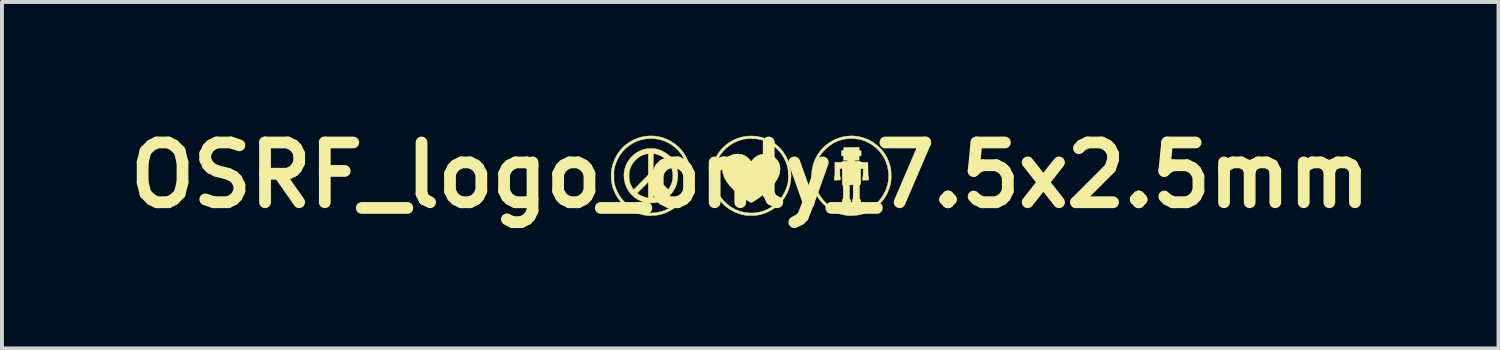
<source format=kicad_pcb>
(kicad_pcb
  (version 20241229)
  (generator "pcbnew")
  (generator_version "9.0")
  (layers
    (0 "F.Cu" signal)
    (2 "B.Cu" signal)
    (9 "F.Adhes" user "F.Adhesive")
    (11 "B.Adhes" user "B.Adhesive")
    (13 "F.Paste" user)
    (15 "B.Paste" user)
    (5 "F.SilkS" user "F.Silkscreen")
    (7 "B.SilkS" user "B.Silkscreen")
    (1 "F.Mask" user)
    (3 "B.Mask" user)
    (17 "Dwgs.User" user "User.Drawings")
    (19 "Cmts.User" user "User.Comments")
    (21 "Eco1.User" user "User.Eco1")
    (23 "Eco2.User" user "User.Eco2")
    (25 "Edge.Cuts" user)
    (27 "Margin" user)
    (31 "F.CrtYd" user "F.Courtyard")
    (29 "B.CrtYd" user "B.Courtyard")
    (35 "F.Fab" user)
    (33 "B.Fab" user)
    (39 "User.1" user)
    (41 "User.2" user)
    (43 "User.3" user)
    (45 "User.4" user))
  (footprint "OSRF_logo_only_7.5x2.5mm"
    (layer "F.Cu")
    (at 16.082 1.418)
    (property "Reference" "OSRF_logo_only_7.5x2.5mm" (at 0 0 0) (layer "F.SilkS") (effects (font (size 1.524 1.524) (thickness 0.3))))
    (attr through_hole)
    (fp_poly (pts (xy -0.239 -0.534) (xy -0.163 -0.51) (xy -0.094 -0.471) (xy -0.032 -0.417) (xy 0.011 -0.364) (xy 0.022 -0.35) (xy 0.029 -0.349) (xy 0.036 -0.36) (xy 0.054 -0.385) (xy 0.082 -0.415) (xy 0.114 -0.446) (xy 0.146 -0.472) (xy 0.162 -0.483) (xy 0.229 -0.516) (xy 0.302 -0.536) (xy 0.379 -0.542) (xy 0.457 -0.534) (xy 0.53 -0.512) (xy 0.578 -0.489) (xy 0.62 -0.457) (xy 0.663 -0.415) (xy 0.701 -0.367) (xy 0.729 -0.317) (xy 0.73 -0.316) (xy 0.745 -0.28) (xy 0.754 -0.248) (xy 0.759 -0.21) (xy 0.76 -0.186) (xy 0.76 -0.122) (xy 0.753 -0.064) (xy 0.736 -0.006) (xy 0.716 0.044) (xy 0.668 0.136) (xy 0.604 0.229) (xy 0.526 0.322) (xy 0.433 0.413) (xy 0.327 0.502) (xy 0.209 0.588) (xy 0.127 0.642) (xy 0.093 0.663) (xy 0.063 0.681) (xy 0.042 0.693) (xy 0.031 0.699) (xy 0.021 0.696) (xy -0.001 0.686) (xy -0.031 0.669) (xy -0.066 0.648) (xy -0.07 0.646) (xy -0.159 0.588) (xy -0.236 0.534) (xy -0.305 0.48) (xy -0.37 0.423) (xy -0.432 0.364) (xy -0.518 0.272) (xy -0.588 0.183) (xy -0.642 0.095) (xy -0.68 0.01) (xy -0.703 -0.075) (xy -0.711 -0.16) (xy -0.711 -0.163) (xy -0.705 -0.24) (xy -0.684 -0.309) (xy -0.649 -0.371) (xy -0.599 -0.43) (xy -0.591 -0.437) (xy -0.529 -0.486) (xy -0.463 -0.519) (xy -0.39 -0.537) (xy -0.321 -0.542) (xy -0.239 -0.534)) (stroke (width 0.01) (type solid)) (fill yes) (layer "F.SilkS"))
    (fp_poly (pts (xy 2.714 -0.995) (xy 2.84 -0.969) (xy 2.964 -0.927) (xy 3.04 -0.893) (xy 3.15 -0.828) (xy 3.251 -0.75) (xy 3.342 -0.661) (xy 3.42 -0.561) (xy 3.485 -0.452) (xy 3.535 -0.336) (xy 3.537 -0.33) (xy 3.56 -0.262) (xy 3.575 -0.203) (xy 3.586 -0.146) (xy 3.592 -0.086) (xy 3.594 -0.017) (xy 3.594 0.008) (xy 3.593 0.081) (xy 3.589 0.143) (xy 3.582 0.198) (xy 3.57 0.253) (xy 3.553 0.311) (xy 3.547 0.332) (xy 3.5 0.45) (xy 3.438 0.562) (xy 3.362 0.665) (xy 3.274 0.758) (xy 3.193 0.826) (xy 3.085 0.898) (xy 2.973 0.954) (xy 2.856 0.994) (xy 2.733 1.019) (xy 2.612 1.029) (xy 2.568 1.03) (xy 2.53 1.03) (xy 2.5 1.03) (xy 2.483 1.029) (xy 2.481 1.029) (xy 2.467 1.026) (xy 2.441 1.022) (xy 2.409 1.016) (xy 2.405 1.016) (xy 2.301 0.992) (xy 2.196 0.956) (xy 2.094 0.908) (xy 2.006 0.855) (xy 1.958 0.819) (xy 1.906 0.773) (xy 1.853 0.722) (xy 1.804 0.669) (xy 1.763 0.62) (xy 1.762 0.618) (xy 1.693 0.512) (xy 1.639 0.398) (xy 1.599 0.279) (xy 1.574 0.155) (xy 1.566 0.041) (xy 1.633 0.041) (xy 1.642 0.156) (xy 1.664 0.268) (xy 1.68 0.32) (xy 1.727 0.433) (xy 1.79 0.54) (xy 1.866 0.639) (xy 1.928 0.703) (xy 2.024 0.784) (xy 2.129 0.85) (xy 2.24 0.902) (xy 2.358 0.938) (xy 2.479 0.959) (xy 2.603 0.964) (xy 2.729 0.953) (xy 2.734 0.952) (xy 2.855 0.924) (xy 2.971 0.881) (xy 3.08 0.822) (xy 3.181 0.751) (xy 3.272 0.666) (xy 3.352 0.571) (xy 3.356 0.565) (xy 3.42 0.461) (xy 3.469 0.35) (xy 3.504 0.234) (xy 3.525 0.115) (xy 3.53 -0.006) (xy 3.52 -0.126) (xy 3.495 -0.244) (xy 3.455 -0.358) (xy 3.443 -0.385) (xy 3.381 -0.497) (xy 3.307 -0.597) (xy 3.223 -0.685) (xy 3.129 -0.761) (xy 3.027 -0.824) (xy 2.918 -0.874) (xy 2.803 -0.91) (xy 2.684 -0.93) (xy 2.561 -0.936) (xy 2.437 -0.925) (xy 2.359 -0.911) (xy 2.245 -0.876) (xy 2.136 -0.825) (xy 2.033 -0.761) (xy 1.938 -0.684) (xy 1.853 -0.596) (xy 1.78 -0.497) (xy 1.724 -0.401) (xy 1.682 -0.3) (xy 1.653 -0.191) (xy 1.637 -0.076) (xy 1.633 0.041) (xy 1.566 0.041) (xy 1.565 0.029) (xy 1.57 -0.098) (xy 1.592 -0.224) (xy 1.614 -0.302) (xy 1.66 -0.419) (xy 1.721 -0.529) (xy 1.795 -0.631) (xy 1.881 -0.723) (xy 1.977 -0.803) (xy 2.082 -0.872) (xy 2.195 -0.927) (xy 2.314 -0.967) (xy 2.324 -0.97) (xy 2.455 -0.995) (xy 2.585 -1.003) (xy 2.714 -0.995)) (stroke (width 0.01) (type solid)) (fill yes) (layer "F.SilkS"))
    (fp_poly (pts (xy -2.466 -1.001) (xy -2.342 -0.986) (xy -2.221 -0.955) (xy -2.103 -0.908) (xy -2.021 -0.865) (xy -1.912 -0.791) (xy -1.814 -0.706) (xy -1.729 -0.61) (xy -1.657 -0.505) (xy -1.599 -0.391) (xy -1.555 -0.271) (xy -1.529 -0.152) (xy -1.516 -0.023) (xy -1.519 0.104) (xy -1.538 0.228) (xy -1.571 0.346) (xy -1.618 0.459) (xy -1.678 0.566) (xy -1.75 0.664) (xy -1.834 0.753) (xy -1.929 0.832) (xy -2.033 0.9) (xy -2.147 0.955) (xy -2.269 0.997) (xy -2.333 1.012) (xy -2.366 1.017) (xy -2.409 1.022) (xy -2.459 1.026) (xy -2.51 1.029) (xy -2.558 1.031) (xy -2.599 1.031) (xy -2.628 1.029) (xy -2.633 1.028) (xy -2.652 1.025) (xy -2.681 1.02) (xy -2.714 1.015) (xy -2.789 0.998) (xy -2.871 0.972) (xy -2.953 0.939) (xy -2.999 0.917) (xy -3.111 0.85) (xy -3.212 0.77) (xy -3.301 0.679) (xy -3.379 0.576) (xy -3.444 0.464) (xy -3.495 0.343) (xy -3.519 0.264) (xy -3.533 0.197) (xy -3.542 0.12) (xy -3.547 0.038) (xy -3.547 0.001) (xy -3.475 0.001) (xy -3.475 0.017) (xy -3.475 0.074) (xy -3.474 0.118) (xy -3.473 0.152) (xy -3.47 0.181) (xy -3.465 0.207) (xy -3.458 0.236) (xy -3.452 0.258) (xy -3.411 0.377) (xy -3.355 0.488) (xy -3.285 0.592) (xy -3.203 0.686) (xy -3.111 0.768) (xy -3.051 0.81) (xy -2.94 0.873) (xy -2.824 0.919) (xy -2.703 0.949) (xy -2.579 0.963) (xy -2.452 0.961) (xy -2.385 0.953) (xy -2.265 0.926) (xy -2.15 0.884) (xy -2.042 0.828) (xy -1.943 0.759) (xy -1.853 0.678) (xy -1.773 0.585) (xy -1.706 0.483) (xy -1.652 0.372) (xy -1.631 0.313) (xy -1.608 0.235) (xy -1.593 0.16) (xy -1.585 0.084) (xy -1.585 -0.001) (xy -1.586 -0.029) (xy -1.593 -0.124) (xy -1.608 -0.21) (xy -1.633 -0.292) (xy -1.668 -0.377) (xy -1.685 -0.411) (xy -1.75 -0.522) (xy -1.827 -0.622) (xy -1.915 -0.709) (xy -2.015 -0.783) (xy -2.126 -0.845) (xy -2.179 -0.869) (xy -2.288 -0.904) (xy -2.403 -0.926) (xy -2.522 -0.935) (xy -2.64 -0.929) (xy -2.756 -0.91) (xy -2.847 -0.883) (xy -2.964 -0.833) (xy -3.071 -0.768) (xy -3.169 -0.691) (xy -3.255 -0.602) (xy -3.329 -0.503) (xy -3.39 -0.393) (xy -3.438 -0.275) (xy -3.455 -0.216) (xy -3.463 -0.186) (xy -3.468 -0.159) (xy -3.472 -0.13) (xy -3.474 -0.096) (xy -3.475 -0.054) (xy -3.475 0.001) (xy -3.547 0.001) (xy -3.547 -0.043) (xy -3.541 -0.118) (xy -3.535 -0.157) (xy -3.503 -0.287) (xy -3.456 -0.41) (xy -3.395 -0.524) (xy -3.321 -0.629) (xy -3.233 -0.724) (xy -3.17 -0.778) (xy -3.065 -0.852) (xy -2.953 -0.912) (xy -2.835 -0.957) (xy -2.714 -0.987) (xy -2.59 -1.001) (xy -2.466 -1.001)) (stroke (width 0.01) (type solid)) (fill yes) (layer "F.SilkS"))
    (fp_poly (pts (xy 0.157 -0.993) (xy 0.283 -0.969) (xy 0.405 -0.93) (xy 0.519 -0.876) (xy 0.626 -0.808) (xy 0.724 -0.726) (xy 0.811 -0.632) (xy 0.834 -0.602) (xy 0.907 -0.491) (xy 0.965 -0.375) (xy 1.006 -0.254) (xy 1.032 -0.128) (xy 1.042 -0.001) (xy 1.035 0.128) (xy 1.012 0.258) (xy 0.991 0.332) (xy 0.944 0.45) (xy 0.883 0.561) (xy 0.809 0.662) (xy 0.723 0.754) (xy 0.626 0.834) (xy 0.519 0.902) (xy 0.404 0.957) (xy 0.282 0.998) (xy 0.275 1) (xy 0.222 1.012) (xy 0.175 1.02) (xy 0.127 1.025) (xy 0.071 1.028) (xy 0.059 1.029) (xy 0.011 1.029) (xy -0.036 1.029) (xy -0.077 1.027) (xy -0.106 1.025) (xy -0.107 1.025) (xy -0.2 1.006) (xy -0.297 0.978) (xy -0.39 0.941) (xy -0.42 0.927) (xy -0.533 0.863) (xy -0.634 0.788) (xy -0.723 0.702) (xy -0.801 0.607) (xy -0.865 0.504) (xy -0.917 0.394) (xy -0.956 0.28) (xy -0.981 0.161) (xy -0.991 0.04) (xy -0.99 0.008) (xy -0.918 0.008) (xy -0.918 0.068) (xy -0.917 0.114) (xy -0.915 0.15) (xy -0.912 0.181) (xy -0.907 0.209) (xy -0.9 0.238) (xy -0.861 0.358) (xy -0.809 0.47) (xy -0.744 0.572) (xy -0.667 0.664) (xy -0.58 0.746) (xy -0.484 0.815) (xy -0.381 0.873) (xy -0.27 0.917) (xy -0.154 0.947) (xy -0.034 0.962) (xy 0.089 0.962) (xy 0.169 0.953) (xy 0.259 0.936) (xy 0.341 0.911) (xy 0.424 0.877) (xy 0.446 0.866) (xy 0.552 0.804) (xy 0.65 0.729) (xy 0.737 0.642) (xy 0.813 0.544) (xy 0.876 0.437) (xy 0.925 0.323) (xy 0.951 0.238) (xy 0.958 0.209) (xy 0.962 0.181) (xy 0.966 0.15) (xy 0.968 0.114) (xy 0.969 0.067) (xy 0.969 0.008) (xy 0.968 -0.061) (xy 0.965 -0.118) (xy 0.96 -0.167) (xy 0.951 -0.211) (xy 0.938 -0.256) (xy 0.921 -0.306) (xy 0.906 -0.344) (xy 0.853 -0.455) (xy 0.786 -0.557) (xy 0.706 -0.649) (xy 0.615 -0.731) (xy 0.514 -0.8) (xy 0.405 -0.857) (xy 0.289 -0.899) (xy 0.22 -0.917) (xy 0.143 -0.928) (xy 0.056 -0.934) (xy -0.033 -0.933) (xy -0.117 -0.925) (xy -0.169 -0.917) (xy -0.289 -0.883) (xy -0.403 -0.834) (xy -0.509 -0.772) (xy -0.605 -0.697) (xy -0.691 -0.61) (xy -0.766 -0.514) (xy -0.827 -0.408) (xy -0.855 -0.344) (xy -0.876 -0.289) (xy -0.892 -0.241) (xy -0.904 -0.197) (xy -0.911 -0.151) (xy -0.915 -0.1) (xy -0.917 -0.039) (xy -0.918 0.008) (xy -0.99 0.008) (xy -0.987 -0.083) (xy -0.967 -0.205) (xy -0.932 -0.327) (xy -0.882 -0.446) (xy -0.876 -0.456) (xy -0.809 -0.568) (xy -0.73 -0.668) (xy -0.64 -0.756) (xy -0.54 -0.832) (xy -0.431 -0.895) (xy -0.315 -0.944) (xy -0.192 -0.979) (xy -0.064 -0.998) (xy 0.025 -1.001) (xy 0.157 -0.993)) (stroke (width 0.01) (type solid)) (fill yes) (layer "F.SilkS"))
    (fp_poly (pts (xy -2.437 -0.676) (xy -2.378 -0.666) (xy -2.375 -0.665) (xy -2.297 -0.64) (xy -2.219 -0.603) (xy -2.144 -0.559) (xy -2.077 -0.509) (xy -2.022 -0.456) (xy -2.014 -0.446) (xy -1.948 -0.357) (xy -1.9 -0.264) (xy -1.867 -0.165) (xy -1.849 -0.061) (xy -1.846 0.013) (xy -1.854 0.122) (xy -1.878 0.227) (xy -1.917 0.325) (xy -1.97 0.417) (xy -2.037 0.499) (xy -2.101 0.559) (xy -2.147 0.591) (xy -2.204 0.624) (xy -2.264 0.655) (xy -2.323 0.679) (xy -2.358 0.69) (xy -2.404 0.699) (xy -2.46 0.705) (xy -2.522 0.708) (xy -2.582 0.707) (xy -2.637 0.703) (xy -2.671 0.698) (xy -2.775 0.666) (xy -2.87 0.621) (xy -2.956 0.562) (xy -3.032 0.491) (xy -3.059 0.458) (xy -2.883 0.458) (xy -2.862 0.474) (xy -2.825 0.499) (xy -2.779 0.523) (xy -2.73 0.545) (xy -2.682 0.562) (xy -2.64 0.573) (xy -2.618 0.575) (xy -2.599 0.576) (xy -2.472 0.576) (xy -2.453 0.576) (xy -2.434 0.573) (xy -2.407 0.568) (xy -2.388 0.563) (xy -2.352 0.551) (xy -2.31 0.534) (xy -2.268 0.514) (xy -2.23 0.493) (xy -2.202 0.475) (xy -2.201 0.475) (xy -2.18 0.458) (xy -2.326 0.311) (xy -2.472 0.165) (xy -2.472 0.576) (xy -2.599 0.576) (xy -2.599 0.174) (xy -2.883 0.458) (xy -3.059 0.458) (xy -3.097 0.41) (xy -3.15 0.32) (xy -3.189 0.221) (xy -3.214 0.114) (xy -3.217 0.088) (xy -3.221 -0.009) (xy -3.09 -0.009) (xy -3.088 0.055) (xy -3.082 0.118) (xy -3.072 0.172) (xy -3.066 0.195) (xy -3.054 0.224) (xy -3.039 0.258) (xy -3.021 0.292) (xy -3.004 0.323) (xy -2.988 0.347) (xy -2.977 0.362) (xy -2.972 0.364) (xy -2.965 0.358) (xy -2.947 0.342) (xy -2.921 0.316) (xy -2.887 0.283) (xy -2.847 0.243) (xy -2.803 0.198) (xy -2.782 0.178) (xy -2.599 -0.009) (xy -2.599 -0.282) (xy -2.472 -0.282) (xy -2.472 -0.013) (xy -2.284 0.176) (xy -2.238 0.222) (xy -2.195 0.264) (xy -2.158 0.3) (xy -2.128 0.33) (xy -2.106 0.351) (xy -2.093 0.363) (xy -2.091 0.364) (xy -2.085 0.357) (xy -2.072 0.34) (xy -2.058 0.318) (xy -2.018 0.241) (xy -1.991 0.165) (xy -1.976 0.085) (xy -1.973 0.009) (xy -1.98 -0.088) (xy -2.003 -0.178) (xy -2.042 -0.262) (xy -2.097 -0.341) (xy -2.138 -0.386) (xy -2.182 -0.427) (xy -2.222 -0.459) (xy -2.265 -0.485) (xy -2.274 -0.489) (xy -2.315 -0.508) (xy -2.359 -0.525) (xy -2.403 -0.539) (xy -2.44 -0.548) (xy -2.462 -0.55) (xy -2.465 -0.547) (xy -2.467 -0.535) (xy -2.469 -0.514) (xy -2.471 -0.482) (xy -2.471 -0.437) (xy -2.472 -0.379) (xy -2.472 -0.306) (xy -2.472 -0.282) (xy -2.599 -0.282) (xy -2.599 -0.552) (xy -2.631 -0.546) (xy -2.717 -0.524) (xy -2.795 -0.488) (xy -2.868 -0.438) (xy -2.926 -0.386) (xy -2.99 -0.311) (xy -3.039 -0.23) (xy -3.072 -0.145) (xy -3.078 -0.122) (xy -3.086 -0.07) (xy -3.09 -0.009) (xy -3.221 -0.009) (xy -3.222 -0.015) (xy -3.21 -0.116) (xy -3.184 -0.214) (xy -3.144 -0.307) (xy -3.09 -0.393) (xy -3.026 -0.47) (xy -2.95 -0.539) (xy -2.865 -0.596) (xy -2.771 -0.64) (xy -2.705 -0.662) (xy -2.645 -0.673) (xy -2.577 -0.679) (xy -2.505 -0.68) (xy -2.437 -0.676)) (stroke (width 0.01) (type solid)) (fill yes) (layer "F.SilkS"))
    (fp_poly (pts (xy 2.777 -0.669) (xy 2.778 -0.644) (xy 2.781 -0.631) (xy 2.79 -0.627) (xy 2.802 -0.627) (xy 2.828 -0.627) (xy 2.828 -0.491) (xy 2.777 -0.491) (xy 2.777 -0.381) (xy 2.722 -0.381) (xy 2.691 -0.38) (xy 2.674 -0.377) (xy 2.667 -0.371) (xy 2.667 -0.368) (xy 2.67 -0.362) (xy 2.681 -0.358) (xy 2.702 -0.356) (xy 2.738 -0.356) (xy 2.743 -0.356) (xy 2.781 -0.355) (xy 2.804 -0.353) (xy 2.816 -0.35) (xy 2.819 -0.344) (xy 2.819 -0.343) (xy 2.823 -0.337) (xy 2.834 -0.333) (xy 2.856 -0.331) (xy 2.891 -0.329) (xy 2.91 -0.328) (xy 3.001 -0.326) (xy 3.004 -0.138) (xy 3.005 -0.068) (xy 3.007 -0.015) (xy 3.009 0.023) (xy 3.012 0.045) (xy 3.015 0.051) (xy 3.02 0.058) (xy 3.021 0.078) (xy 3.021 0.087) (xy 3.018 0.123) (xy 2.94 0.125) (xy 2.862 0.128) (xy 2.862 0.089) (xy 2.863 0.066) (xy 2.868 0.053) (xy 2.87 0.051) (xy 2.874 0.043) (xy 2.877 0.019) (xy 2.878 -0.017) (xy 2.879 -0.059) (xy 2.879 -0.169) (xy 2.819 -0.169) (xy 2.819 0.035) (xy 2.819 0.099) (xy 2.819 0.148) (xy 2.818 0.184) (xy 2.817 0.209) (xy 2.815 0.226) (xy 2.813 0.235) (xy 2.809 0.24) (xy 2.804 0.243) (xy 2.802 0.243) (xy 2.797 0.245) (xy 2.793 0.25) (xy 2.79 0.259) (xy 2.788 0.275) (xy 2.786 0.3) (xy 2.786 0.335) (xy 2.786 0.384) (xy 2.786 0.433) (xy 2.786 0.493) (xy 2.786 0.539) (xy 2.787 0.572) (xy 2.788 0.594) (xy 2.79 0.608) (xy 2.793 0.615) (xy 2.798 0.618) (xy 2.802 0.618) (xy 2.811 0.62) (xy 2.816 0.627) (xy 2.819 0.643) (xy 2.819 0.673) (xy 2.819 0.677) (xy 2.819 0.737) (xy 2.599 0.737) (xy 2.599 0.677) (xy 2.6 0.645) (xy 2.603 0.627) (xy 2.608 0.619) (xy 2.612 0.618) (xy 2.616 0.616) (xy 2.619 0.609) (xy 2.622 0.594) (xy 2.623 0.57) (xy 2.624 0.535) (xy 2.625 0.487) (xy 2.625 0.432) (xy 2.625 0.246) (xy 2.532 0.246) (xy 2.532 0.432) (xy 2.532 0.492) (xy 2.532 0.538) (xy 2.533 0.571) (xy 2.534 0.594) (xy 2.536 0.608) (xy 2.539 0.615) (xy 2.544 0.618) (xy 2.548 0.618) (xy 2.557 0.62) (xy 2.562 0.627) (xy 2.565 0.643) (xy 2.565 0.673) (xy 2.565 0.677) (xy 2.565 0.737) (xy 2.345 0.737) (xy 2.345 0.677) (xy 2.346 0.645) (xy 2.349 0.627) (xy 2.354 0.619) (xy 2.358 0.618) (xy 2.362 0.616) (xy 2.365 0.609) (xy 2.368 0.594) (xy 2.369 0.57) (xy 2.37 0.535) (xy 2.371 0.487) (xy 2.371 0.432) (xy 2.371 0.37) (xy 2.37 0.324) (xy 2.369 0.29) (xy 2.367 0.267) (xy 2.365 0.254) (xy 2.362 0.247) (xy 2.358 0.246) (xy 2.354 0.244) (xy 2.351 0.237) (xy 2.349 0.223) (xy 2.347 0.2) (xy 2.346 0.166) (xy 2.345 0.12) (xy 2.345 0.059) (xy 2.345 0.038) (xy 2.345 -0.169) (xy 2.286 -0.169) (xy 2.286 -0.059) (xy 2.287 -0.008) (xy 2.289 0.027) (xy 2.292 0.047) (xy 2.295 0.051) (xy 2.3 0.058) (xy 2.302 0.079) (xy 2.301 0.087) (xy 2.299 0.123) (xy 2.22 0.125) (xy 2.142 0.128) (xy 2.142 0.089) (xy 2.144 0.066) (xy 2.148 0.053) (xy 2.151 0.051) (xy 2.154 0.042) (xy 2.156 0.018) (xy 2.158 -0.022) (xy 2.159 -0.076) (xy 2.159 -0.14) (xy 2.159 -0.33) (xy 2.252 -0.33) (xy 2.294 -0.331) (xy 2.321 -0.332) (xy 2.337 -0.335) (xy 2.344 -0.339) (xy 2.345 -0.343) (xy 2.348 -0.349) (xy 2.36 -0.353) (xy 2.382 -0.355) (xy 2.417 -0.356) (xy 2.453 -0.356) (xy 2.475 -0.358) (xy 2.486 -0.362) (xy 2.489 -0.368) (xy 2.486 -0.375) (xy 2.472 -0.379) (xy 2.447 -0.381) (xy 2.434 -0.381) (xy 2.379 -0.381) (xy 2.379 -0.491) (xy 2.328 -0.491) (xy 2.328 -0.627) (xy 2.353 -0.627) (xy 2.368 -0.628) (xy 2.376 -0.634) (xy 2.38 -0.651) (xy 2.381 -0.667) (xy 2.383 -0.707) (xy 2.58 -0.709) (xy 2.777 -0.712) (xy 2.777 -0.669)) (stroke (width 0.01) (type solid)) (fill yes) (layer "F.SilkS")))
  (gr_rect
    (start -3 -3)
    (end 35.164 5.836)
    (stroke (width 0.1) (type default))
    (fill no)
    (layer "Edge.Cuts")))
</source>
